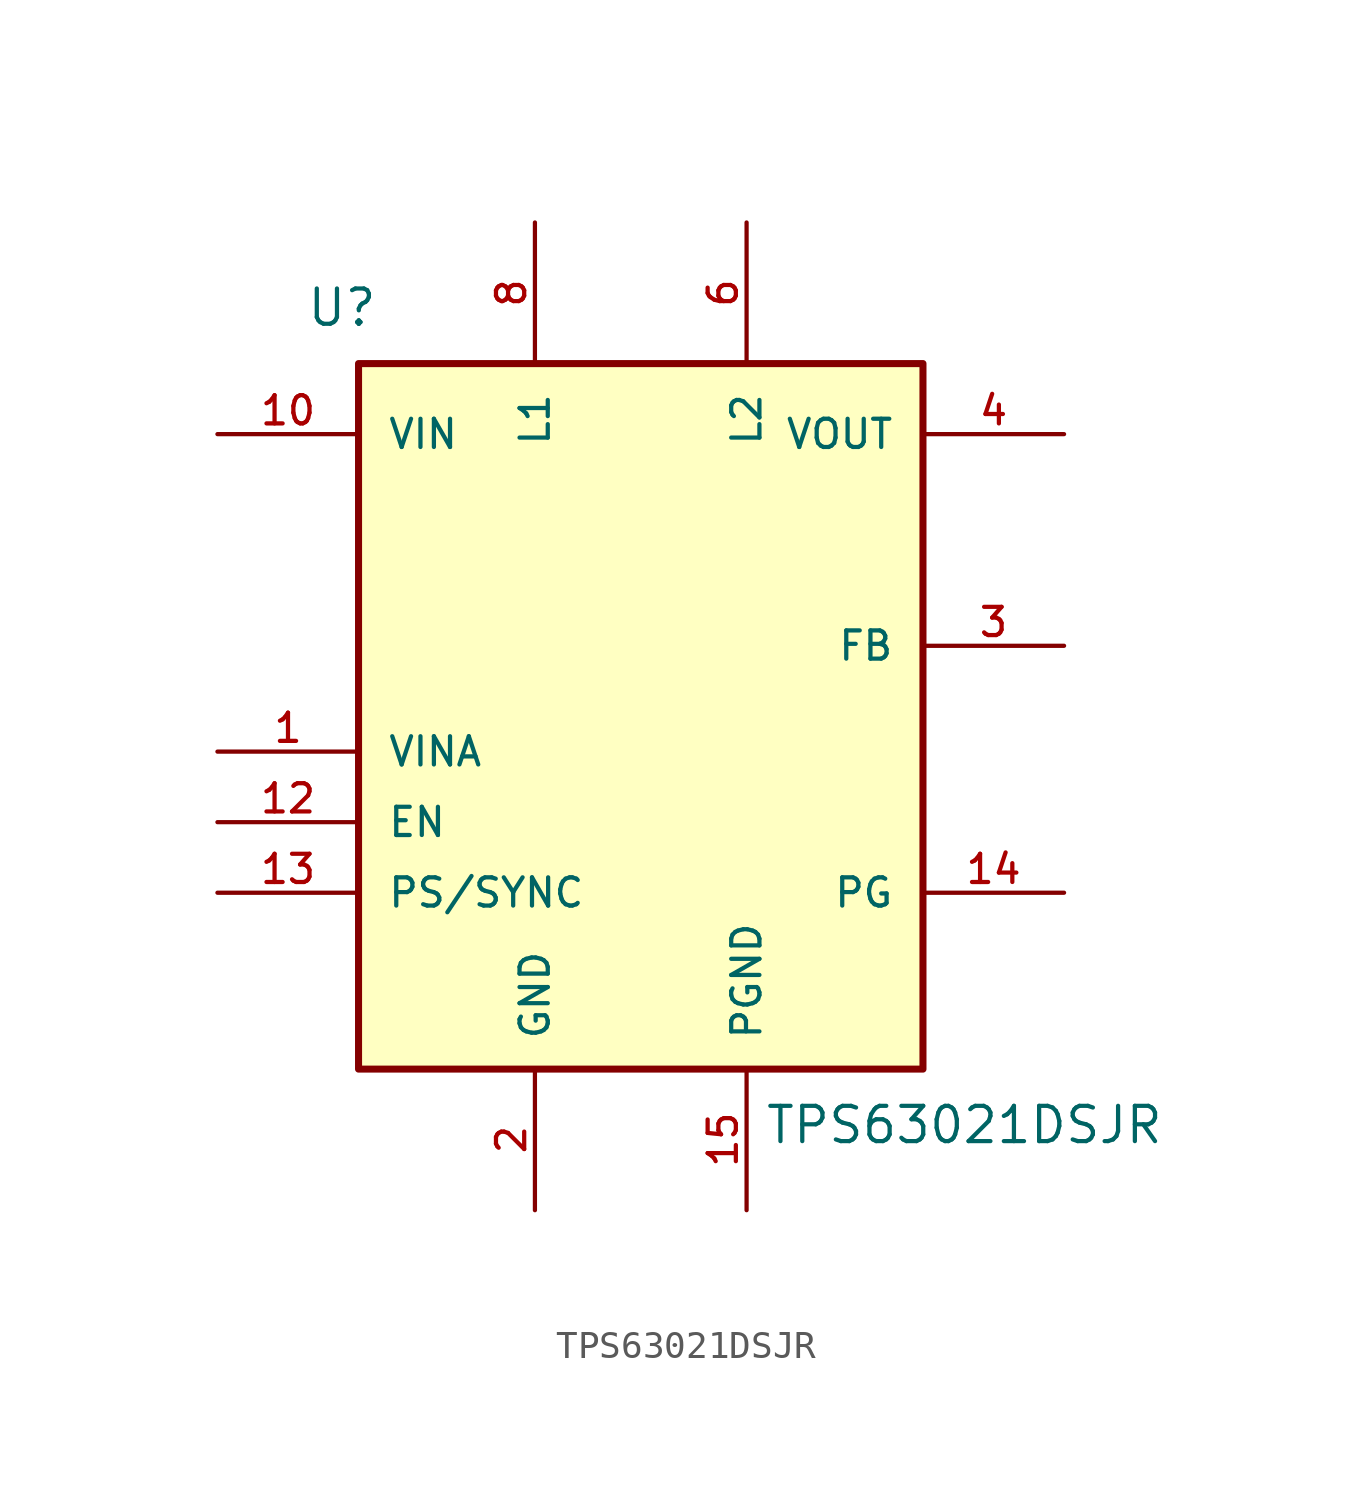
<source format=kicad_sym>
(kicad_symbol_lib
  (version 20231120)
  (generator "kicad_symbol_editor")
  (generator_version "8.0")
  (symbol "TPS63021DSJR"
    (pin_names
      (offset 1.016))
    (property "Reference" "U"
      (at -12.065 12.7 0)
      (effects (font (size 1.27 1.27)) (justify left bottom)))
    (property "Value" "TPS63021DSJR"
      (at 4.445 -15.24 0)
      (effects (font (size 1.27 1.27)) (justify left top)))
    (symbol "TPS63021DSJR_0_0"
      (rectangle (start -10.16 11.43) (end 10.16 -13.97) (stroke (width 0.254) (type default)) (fill (type background)))
      (pin input line (at -15.24 -2.54 0) (length 5.08) (name "VINA" (effects (font (size 1.016 1.016)))) (number "1" (effects (font (size 1.016 1.016)))))
      (pin input line (at -15.24 -5.08 0) (length 5.08) (name "EN" (effects (font (size 1.016 1.016)))) (number "12" (effects (font (size 1.016 1.016)))))
      (pin input line (at -15.24 -7.62 0) (length 5.08) (name "PS/SYNC" (effects (font (size 1.016 1.016)))) (number "13" (effects (font (size 1.016 1.016)))))
      (pin output line (at 15.24 -7.62 180) (length 5.08) (name "PG" (effects (font (size 1.016 1.016)))) (number "14" (effects (font (size 1.016 1.016)))))
      (pin power_in line (at 3.81 -19.05 90) (length 5.08) (name "PGND" (effects (font (size 1.016 1.016)))) (number "15" (effects (font (size 1.016 1.016)))))
      (pin power_in line (at -3.81 -19.05 90) (length 5.08) (name "GND" (effects (font (size 1.016 1.016)))) (number "2" (effects (font (size 1.016 1.016)))))
      (pin input line (at 15.24 1.27 180) (length 5.08) (name "FB" (effects (font (size 1.016 1.016)))) (number "3" (effects (font (size 1.016 1.016))))))
    (symbol "TPS63021DSJR_1_0"
      (pin input line (at -15.24 8.89 0) (length 5.08) (name "VIN" (effects (font (size 1.016 1.016)))) (number "10" (effects (font (size 1.016 1.016)))))
      (pin input line (at -15.24 8.89 0) (length 5.08) hide (name "VIN" (effects (font (size 1.016 1.016)))) (number "11" (effects (font (size 1.016 1.016)))))
      (pin power_out line (at 15.24 8.89 180) (length 5.08) (name "VOUT" (effects (font (size 1.016 1.016)))) (number "4" (effects (font (size 1.016 1.016)))))
      (pin power_out line (at 15.24 8.89 180) (length 5.08) hide (name "VOUT" (effects (font (size 1.016 1.016)))) (number "5" (effects (font (size 1.016 1.016)))))
      (pin passive line (at 3.81 16.51 270) (length 5.08) (name "L2" (effects (font (size 1.016 1.016)))) (number "6" (effects (font (size 1.016 1.016)))))
      (pin passive line (at 3.81 16.51 270) (length 5.08) hide (name "L2" (effects (font (size 1.016 1.016)))) (number "7" (effects (font (size 1.016 1.016)))))
      (pin passive line (at -3.81 16.51 270) (length 5.08) (name "L1" (effects (font (size 1.016 1.016)))) (number "8" (effects (font (size 1.016 1.016)))))
      (pin passive line (at -3.81 16.51 270) (length 5.08) hide (name "L1" (effects (font (size 1.016 1.016)))) (number "9" (effects (font (size 1.016 1.016))))))))
</source>
